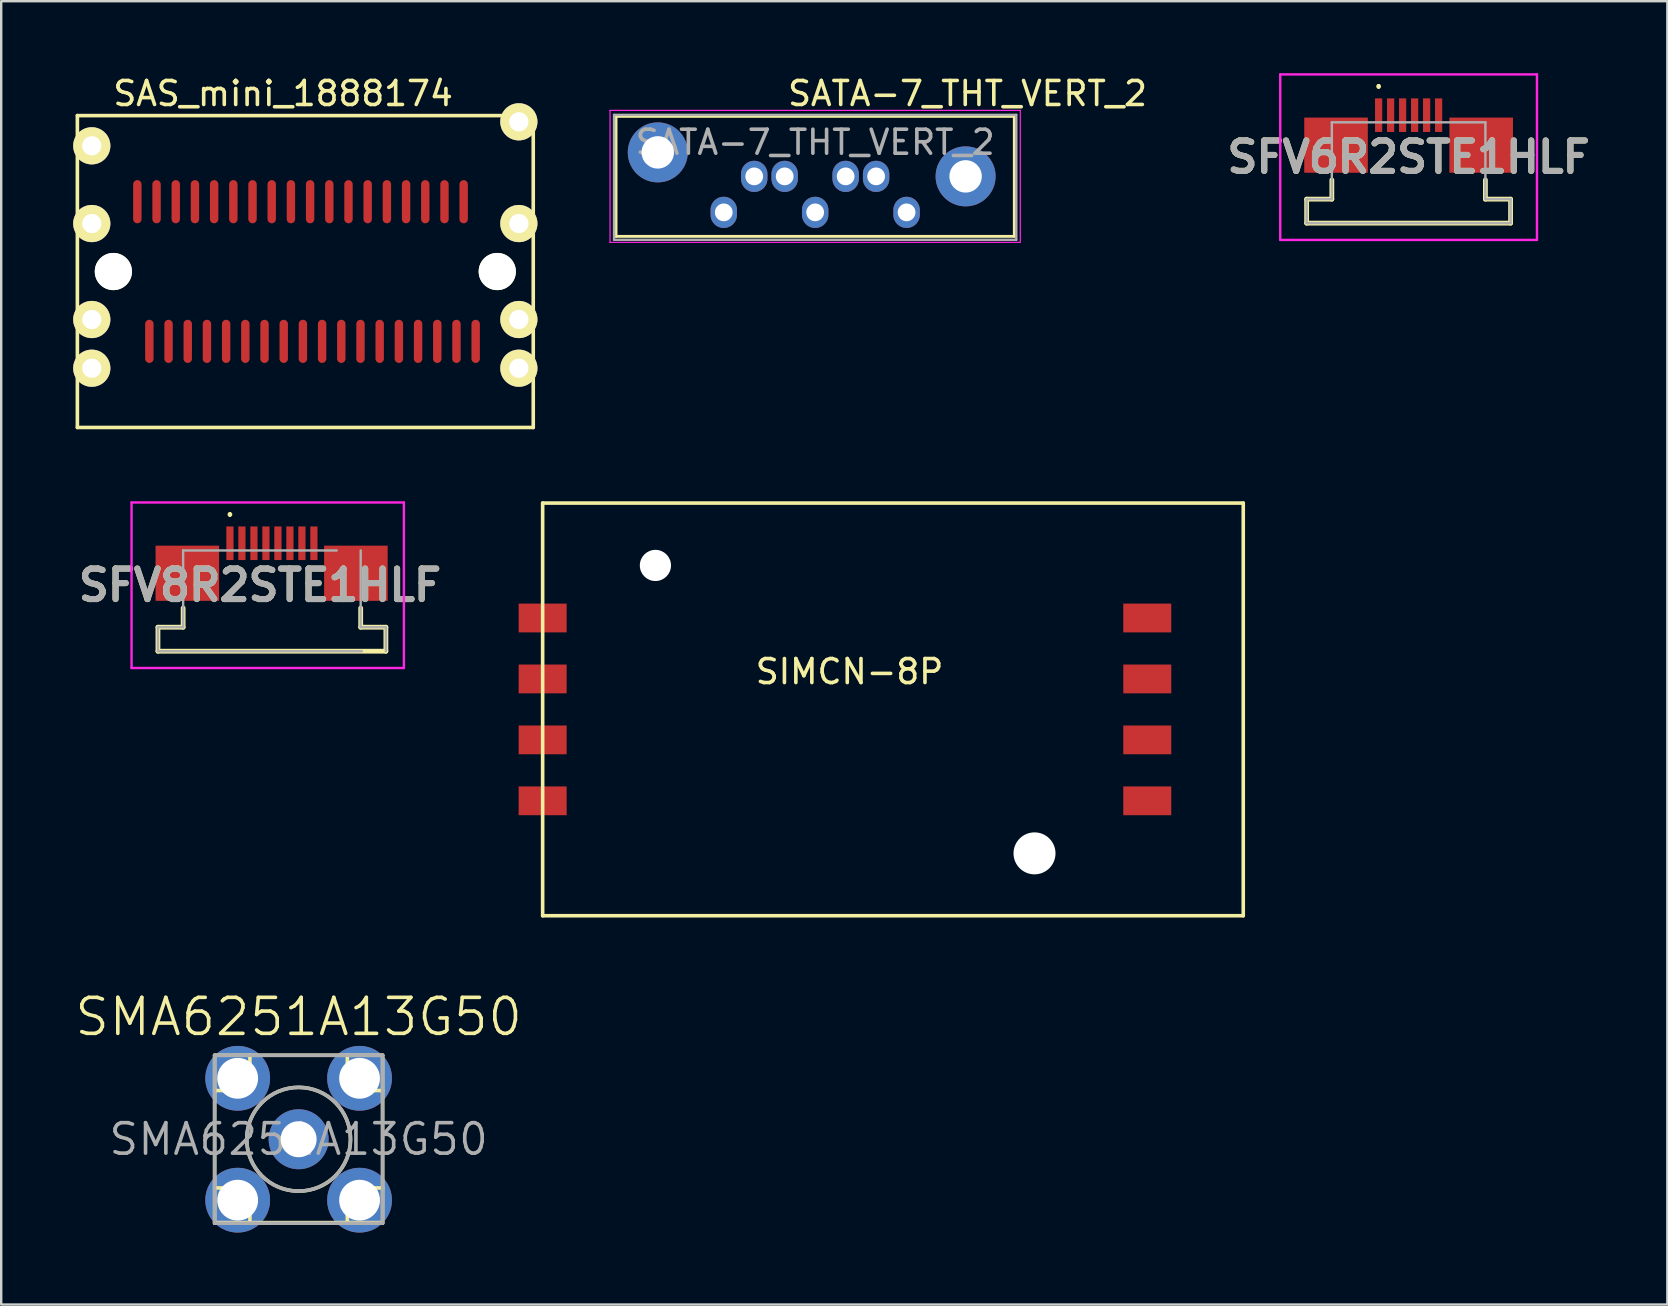
<source format=kicad_pcb>
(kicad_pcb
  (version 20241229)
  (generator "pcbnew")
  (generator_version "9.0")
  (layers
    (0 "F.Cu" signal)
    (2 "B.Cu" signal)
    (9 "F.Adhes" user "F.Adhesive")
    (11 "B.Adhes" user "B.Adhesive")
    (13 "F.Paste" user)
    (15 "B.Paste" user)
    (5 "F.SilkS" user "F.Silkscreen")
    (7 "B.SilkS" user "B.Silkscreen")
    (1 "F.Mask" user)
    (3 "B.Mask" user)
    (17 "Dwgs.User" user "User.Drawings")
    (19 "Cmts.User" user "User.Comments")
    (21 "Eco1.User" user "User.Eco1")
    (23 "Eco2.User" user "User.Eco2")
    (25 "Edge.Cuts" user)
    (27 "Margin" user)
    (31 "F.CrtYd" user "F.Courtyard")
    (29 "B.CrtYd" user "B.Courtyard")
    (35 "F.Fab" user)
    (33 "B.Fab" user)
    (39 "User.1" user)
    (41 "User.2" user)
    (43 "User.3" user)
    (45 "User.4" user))
  (footprint "SATA-7_THT_VERT_2"
    (layer "F.Cu")
    (at 34.735 5.801)
    (property "Reference" "SATA-7_THT_VERT_2" (at 2.54 -4.953 0) (layer "F.SilkS") (effects (font (size 1 1) (thickness 0.15))))
    (attr through_hole)
    (fp_line (start -12.11 -4) (end 4.49 -4) (stroke (width 0.12) (type solid)) (layer "F.SilkS"))
    (fp_line (start -12.11 1) (end -12.11 -4) (stroke (width 0.12) (type solid)) (layer "F.SilkS"))
    (fp_line (start 4.49 -4) (end 4.49 1) (stroke (width 0.12) (type solid)) (layer "F.SilkS"))
    (fp_line (start 4.49 1) (end -12.11 1) (stroke (width 0.12) (type solid)) (layer "F.SilkS"))
    (fp_line (start -12.36 -4.25) (end -12.36 1.25) (stroke (width 0.05) (type solid)) (layer "F.CrtYd"))
    (fp_line (start -12.36 -4.25) (end 4.74 -4.25) (stroke (width 0.05) (type solid)) (layer "F.CrtYd"))
    (fp_line (start 4.74 1.25) (end -12.36 1.25) (stroke (width 0.05) (type solid)) (layer "F.CrtYd"))
    (fp_line (start 4.74 1.25) (end 4.74 -4.25) (stroke (width 0.05) (type solid)) (layer "F.CrtYd"))
    (fp_line (start -12.192 -4.064) (end -12.192 1.143) (stroke (width 0.1) (type solid)) (layer "F.Fab"))
    (fp_line (start -12.192 1.143) (end 4.572 1.143) (stroke (width 0.1) (type solid)) (layer "F.Fab"))
    (fp_line (start 4.572 -4.064) (end -12.192 -4.064) (stroke (width 0.1) (type solid)) (layer "F.Fab"))
    (fp_line (start 4.572 1.143) (end 4.572 -4.064) (stroke (width 0.1) (type solid)) (layer "F.Fab"))
    (fp_text user "${REFERENCE}" (at -3.81 -2.921 0) (layer "F.Fab") (effects (font (size 1 1) (thickness 0.15))))
    (pad "1" thru_hole oval (at 0 0) (size 1.1 1.3) (drill 0.74) (layers "*.Cu" "*.Mask"))
    (pad "2" thru_hole oval (at -1.27 -1.5) (size 1.1 1.3) (drill 0.74) (layers "*.Cu" "*.Mask"))
    (pad "3" thru_hole oval (at -2.54 -1.5) (size 1.1 1.3) (drill 0.74) (layers "*.Cu" "*.Mask"))
    (pad "4" thru_hole oval (at -3.81 0) (size 1.1 1.3) (drill 0.74) (layers "*.Cu" "*.Mask"))
    (pad "5" thru_hole oval (at -5.08 -1.5) (size 1.1 1.3) (drill 0.74) (layers "*.Cu" "*.Mask"))
    (pad "6" thru_hole oval (at -6.35 -1.5) (size 1.1 1.3) (drill 0.74) (layers "*.Cu" "*.Mask"))
    (pad "7" thru_hole oval (at -7.62 0) (size 1.1 1.3) (drill 0.74) (layers "*.Cu" "*.Mask"))
    (pad "8" thru_hole circle (at -10.37 -2.5) (size 2.5 2.5) (drill 1.35) (layers "*.Cu" "*.Mask"))
    (pad "9" thru_hole circle (at 2.46 -1.5) (size 2.5 2.5) (drill 1.35) (layers "*.Cu" "*.Mask")))
  (footprint "SFV8R2STE1HLF"
    (layer "F.Cu")
    (at 7.783 21.342)
    (property "Reference" "SFV8R2STE1HLF" (at 0 0 0) (layer "F.SilkS") (effects (font (size 1.27 1.27) (thickness 0.254))))
    (attr smd)
    (fp_line (start -4.25 1.75) (end -4.25 2.75) (stroke (width 0.2) (type solid)) (layer "F.SilkS"))
    (fp_line (start -4.25 2.75) (end 5.25 2.75) (stroke (width 0.2) (type solid)) (layer "F.SilkS"))
    (fp_line (start -3.2 0.95) (end -3.2 1.75) (stroke (width 0.2) (type solid)) (layer "F.SilkS"))
    (fp_line (start -3.2 1.75) (end -4.25 1.75) (stroke (width 0.2) (type solid)) (layer "F.SilkS"))
    (fp_line (start -1.25 -3) (end -1.25 -3) (stroke (width 0.1) (type solid)) (layer "F.SilkS"))
    (fp_line (start -1.25 -2.9) (end -1.25 -2.9) (stroke (width 0.1) (type solid)) (layer "F.SilkS"))
    (fp_line (start 4.2 1.75) (end 4.2 0.95) (stroke (width 0.2) (type solid)) (layer "F.SilkS"))
    (fp_line (start 5.25 1.75) (end 4.2 1.75) (stroke (width 0.2) (type solid)) (layer "F.SilkS"))
    (fp_line (start 5.25 2.75) (end 5.25 1.75) (stroke (width 0.2) (type solid)) (layer "F.SilkS"))
    (fp_arc (start -1.25 -3) (mid -1.2 -2.95) (end -1.25 -2.9) (stroke (width 0.1) (type solid)) (layer "F.SilkS"))
    (fp_arc (start -1.25 -2.9) (mid -1.3 -2.95) (end -1.25 -3) (stroke (width 0.1) (type solid)) (layer "F.SilkS"))
    (fp_line (start -5.35 -3.45) (end 6 -3.45) (stroke (width 0.1) (type solid)) (layer "F.CrtYd"))
    (fp_line (start -5.35 3.45) (end -5.35 -3.45) (stroke (width 0.1) (type solid)) (layer "F.CrtYd"))
    (fp_line (start 6 -3.45) (end 6 3.45) (stroke (width 0.1) (type solid)) (layer "F.CrtYd"))
    (fp_line (start 6 3.45) (end -5.35 3.45) (stroke (width 0.1) (type solid)) (layer "F.CrtYd"))
    (fp_line (start -4.25 1.75) (end -3.2 1.75) (stroke (width 0.1) (type solid)) (layer "F.Fab"))
    (fp_line (start -4.25 2.75) (end -4.25 1.75) (stroke (width 0.1) (type solid)) (layer "F.Fab"))
    (fp_line (start -3.2 -1.45) (end 3.2 -1.45) (stroke (width 0.1) (type solid)) (layer "F.Fab"))
    (fp_line (start -3.2 1.75) (end -3.2 -1.45) (stroke (width 0.1) (type solid)) (layer "F.Fab"))
    (fp_line (start 4.2 -1.45) (end 4.2 1.75) (stroke (width 0.1) (type solid)) (layer "F.Fab"))
    (fp_line (start 4.2 1.75) (end 5.25 1.75) (stroke (width 0.1) (type solid)) (layer "F.Fab"))
    (fp_line (start 4.25 2.75) (end -4.25 2.75) (stroke (width 0.1) (type solid)) (layer "F.Fab"))
    (fp_line (start 5.25 1.75) (end 5.25 2.75) (stroke (width 0.1) (type solid)) (layer "F.Fab"))
    (fp_text user "${REFERENCE}" (at 0 0 0) (layer "F.Fab") (effects (font (size 1.27 1.27) (thickness 0.254))))
    (pad "1" smd rect (at -1.25 -1.75) (size 0.3 1.4) (layers "F.Cu" "F.Mask" "F.Paste"))
    (pad "2" smd rect (at -0.75 -1.75) (size 0.3 1.4) (layers "F.Cu" "F.Mask" "F.Paste"))
    (pad "3" smd rect (at -0.25 -1.75) (size 0.3 1.4) (layers "F.Cu" "F.Mask" "F.Paste"))
    (pad "4" smd rect (at 0.25 -1.75) (size 0.3 1.4) (layers "F.Cu" "F.Mask" "F.Paste"))
    (pad "5" smd rect (at 0.75 -1.75) (size 0.3 1.4) (layers "F.Cu" "F.Mask" "F.Paste"))
    (pad "6" smd rect (at 1.25 -1.75) (size 0.3 1.4) (layers "F.Cu" "F.Mask" "F.Paste"))
    (pad "7" smd rect (at 1.75 -1.75) (size 0.3 1.4) (layers "F.Cu" "F.Mask" "F.Paste"))
    (pad "8" smd rect (at 2.25 -1.75) (size 0.3 1.4) (layers "F.Cu" "F.Mask" "F.Paste"))
    (pad "MP1" smd rect (at -3.025 -0.5 90) (size 2.3 2.65) (layers "F.Cu" "F.Mask" "F.Paste"))
    (pad "MP2" smd rect (at 4 -0.5 90) (size 2.3 2.65) (layers "F.Cu" "F.Mask" "F.Paste")))
  (footprint "SFV6R2STE1HLF"
    (layer "F.Cu")
    (at 55.659 3.5)
    (property "Reference" "SFV6R2STE1HLF" (at 0 0 0) (layer "F.SilkS") (effects (font (size 1.27 1.27) (thickness 0.254))))
    (attr smd)
    (fp_line (start -4.25 1.75) (end -4.25 2.75) (stroke (width 0.2) (type solid)) (layer "F.SilkS"))
    (fp_line (start -4.25 2.75) (end 4.25 2.75) (stroke (width 0.2) (type solid)) (layer "F.SilkS"))
    (fp_line (start -3.2 0.95) (end -3.2 1.75) (stroke (width 0.2) (type solid)) (layer "F.SilkS"))
    (fp_line (start -3.2 1.75) (end -4.25 1.75) (stroke (width 0.2) (type solid)) (layer "F.SilkS"))
    (fp_line (start -1.25 -3) (end -1.25 -3) (stroke (width 0.1) (type solid)) (layer "F.SilkS"))
    (fp_line (start -1.25 -2.9) (end -1.25 -2.9) (stroke (width 0.1) (type solid)) (layer "F.SilkS"))
    (fp_line (start 3.2 1.75) (end 3.2 0.95) (stroke (width 0.2) (type solid)) (layer "F.SilkS"))
    (fp_line (start 4.25 1.75) (end 3.2 1.75) (stroke (width 0.2) (type solid)) (layer "F.SilkS"))
    (fp_line (start 4.25 2.75) (end 4.25 1.75) (stroke (width 0.2) (type solid)) (layer "F.SilkS"))
    (fp_arc (start -1.25 -3) (mid -1.2 -2.95) (end -1.25 -2.9) (stroke (width 0.1) (type solid)) (layer "F.SilkS"))
    (fp_arc (start -1.25 -2.9) (mid -1.3 -2.95) (end -1.25 -3) (stroke (width 0.1) (type solid)) (layer "F.SilkS"))
    (fp_line (start -5.35 -3.45) (end 5.35 -3.45) (stroke (width 0.1) (type solid)) (layer "F.CrtYd"))
    (fp_line (start -5.35 3.45) (end -5.35 -3.45) (stroke (width 0.1) (type solid)) (layer "F.CrtYd"))
    (fp_line (start 5.35 -3.45) (end 5.35 3.45) (stroke (width 0.1) (type solid)) (layer "F.CrtYd"))
    (fp_line (start 5.35 3.45) (end -5.35 3.45) (stroke (width 0.1) (type solid)) (layer "F.CrtYd"))
    (fp_line (start -4.25 1.75) (end -3.2 1.75) (stroke (width 0.1) (type solid)) (layer "F.Fab"))
    (fp_line (start -4.25 2.75) (end -4.25 1.75) (stroke (width 0.1) (type solid)) (layer "F.Fab"))
    (fp_line (start -3.2 -1.45) (end 3.2 -1.45) (stroke (width 0.1) (type solid)) (layer "F.Fab"))
    (fp_line (start -3.2 1.75) (end -3.2 -1.45) (stroke (width 0.1) (type solid)) (layer "F.Fab"))
    (fp_line (start 3.2 -1.45) (end 3.2 1.75) (stroke (width 0.1) (type solid)) (layer "F.Fab"))
    (fp_line (start 3.2 1.75) (end 4.25 1.75) (stroke (width 0.1) (type solid)) (layer "F.Fab"))
    (fp_line (start 4.25 1.75) (end 4.25 2.75) (stroke (width 0.1) (type solid)) (layer "F.Fab"))
    (fp_line (start 4.25 2.75) (end -4.25 2.75) (stroke (width 0.1) (type solid)) (layer "F.Fab"))
    (fp_text user "${REFERENCE}" (at 0 0 0) (layer "F.Fab") (effects (font (size 1.27 1.27) (thickness 0.254))))
    (pad "1" smd rect (at -1.25 -1.75) (size 0.3 1.4) (layers "F.Cu" "F.Mask" "F.Paste"))
    (pad "2" smd rect (at -0.75 -1.75) (size 0.3 1.4) (layers "F.Cu" "F.Mask" "F.Paste"))
    (pad "3" smd rect (at -0.25 -1.75) (size 0.3 1.4) (layers "F.Cu" "F.Mask" "F.Paste"))
    (pad "4" smd rect (at 0.25 -1.75) (size 0.3 1.4) (layers "F.Cu" "F.Mask" "F.Paste"))
    (pad "5" smd rect (at 0.75 -1.75) (size 0.3 1.4) (layers "F.Cu" "F.Mask" "F.Paste"))
    (pad "6" smd rect (at 1.25 -1.75) (size 0.3 1.4) (layers "F.Cu" "F.Mask" "F.Paste"))
    (pad "MP1" smd rect (at -3.025 -0.5 90) (size 2.3 2.65) (layers "F.Cu" "F.Mask" "F.Paste"))
    (pad "MP2" smd rect (at 3.025 -0.5 90) (size 2.3 2.65) (layers "F.Cu" "F.Mask" "F.Paste")))
  (footprint "SMA6251A13G50"
    (layer "F.Cu")
    (at 9.396 44.432)
    (property "Reference" "SMA6251A13G50" (at 0 -5.1 0) (layer "F.SilkS") (effects (font (size 1.5 1.5) (thickness 0.15))))
    (attr through_hole)
    (fp_line (start -3.5 -3.5) (end -3.5 3.5) (stroke (width 0.15) (type solid)) (layer "F.SilkS"))
    (fp_line (start -3.5 2.03) (end -2.03 2.03) (stroke (width 0.15) (type solid)) (layer "F.SilkS"))
    (fp_line (start -3.5 3.475) (end 3.5 3.475) (stroke (width 0.15) (type solid)) (layer "F.SilkS"))
    (fp_line (start -3.05 -3.05) (end -3.05 -2.03) (stroke (width 0.15) (type solid)) (layer "F.SilkS"))
    (fp_line (start -3.05 3.05) (end -3.05 2.03) (stroke (width 0.15) (type solid)) (layer "F.SilkS"))
    (fp_line (start -2.03 -3.5) (end -2.03 -2.03) (stroke (width 0.15) (type solid)) (layer "F.SilkS"))
    (fp_line (start -2.03 -3.05) (end -3.05 -3.05) (stroke (width 0.15) (type solid)) (layer "F.SilkS"))
    (fp_line (start -2.03 -2.03) (end -3.5 -2.03) (stroke (width 0.15) (type solid)) (layer "F.SilkS"))
    (fp_line (start -2.03 2.03) (end -2.03 3.5) (stroke (width 0.15) (type solid)) (layer "F.SilkS"))
    (fp_line (start -2.03 3.05) (end -3.05 3.05) (stroke (width 0.15) (type solid)) (layer "F.SilkS"))
    (fp_line (start 2.03 -3.5) (end 2.03 -2.03) (stroke (width 0.15) (type solid)) (layer "F.SilkS"))
    (fp_line (start 2.03 -2.03) (end 3.5 -2.03) (stroke (width 0.15) (type solid)) (layer "F.SilkS"))
    (fp_line (start 2.03 2.03) (end 3.5 2.03) (stroke (width 0.15) (type solid)) (layer "F.SilkS"))
    (fp_line (start 2.03 3.05) (end 3.05 3.05) (stroke (width 0.15) (type solid)) (layer "F.SilkS"))
    (fp_line (start 2.03 3.5) (end 2.03 2.03) (stroke (width 0.15) (type solid)) (layer "F.SilkS"))
    (fp_line (start 3.05 -3.05) (end 2.03 -3.05) (stroke (width 0.15) (type solid)) (layer "F.SilkS"))
    (fp_line (start 3.05 -3.05) (end 3.05 -2.03) (stroke (width 0.15) (type solid)) (layer "F.SilkS"))
    (fp_line (start 3.05 3.05) (end 3.05 2.03) (stroke (width 0.15) (type solid)) (layer "F.SilkS"))
    (fp_line (start 3.5 -3.5) (end -3.5 -3.5) (stroke (width 0.15) (type solid)) (layer "F.SilkS"))
    (fp_line (start 3.5 3.5) (end 3.5 -3.5) (stroke (width 0.15) (type solid)) (layer "F.SilkS"))
    (fp_circle (center 0 0) (end -0.11 -2.16) (stroke (width 0.15) (type solid)) (fill no) (layer "F.SilkS"))
    (fp_line (start -3.5 -3.5) (end -3.5 3.5) (stroke (width 0.15) (type solid)) (layer "F.Fab"))
    (fp_line (start -3.5 3.5) (end 3.5 3.5) (stroke (width 0.15) (type solid)) (layer "F.Fab"))
    (fp_line (start 3.5 -3.5) (end -3.5 -3.5) (stroke (width 0.15) (type solid)) (layer "F.Fab"))
    (fp_line (start 3.5 3.5) (end 3.5 -3.5) (stroke (width 0.15) (type solid)) (layer "F.Fab"))
    (fp_circle (center 0 0) (end 2.163 0) (stroke (width 0.15) (type solid)) (fill no) (layer "F.Fab"))
    (fp_text user "${REFERENCE}" (at 0 0 0) (layer "F.Fab") (effects (font (size 1.27 1.27) (thickness 0.15))))
    (pad "1" thru_hole circle (at 0 0 180) (size 2.5 2.5) (drill 1.5) (layers "*.Cu" "*.Mask"))
    (pad "2" thru_hole circle (at -2.54 -2.54 180) (size 2.7 2.7) (drill 1.7) (layers "*.Cu" "*.Mask"))
    (pad "2" thru_hole circle (at -2.54 2.54 180) (size 2.7 2.7) (drill 1.7) (layers "*.Cu" "*.Mask"))
    (pad "2" thru_hole circle (at 2.54 -2.54 180) (size 2.7 2.7) (drill 1.7) (layers "*.Cu" "*.Mask"))
    (pad "2" thru_hole circle (at 2.54 2.54 180) (size 2.7 2.7) (drill 1.7) (layers "*.Cu" "*.Mask")))
  (footprint "SAS_mini_1888174"
    (layer "F.Cu")
    (at 9.675 8.267)
    (property "Reference" "SAS_mini_1888174" (at -0.926 -7.418 0) (layer "F.SilkS") (effects (font (size 1 1) (thickness 0.15))))
    (attr through_hole)
    (fp_line (start -9.5 -6.5) (end -9.5 6.5) (stroke (width 0.15) (type solid)) (layer "F.SilkS"))
    (fp_line (start -9.5 6.5) (end 9.5 6.5) (stroke (width 0.15) (type solid)) (layer "F.SilkS"))
    (fp_line (start 9.5 -6.5) (end -9.5 -6.5) (stroke (width 0.15) (type solid)) (layer "F.SilkS"))
    (fp_line (start 9.5 6.5) (end 9.5 -6.5) (stroke (width 0.15) (type solid)) (layer "F.SilkS"))
    (pad "" np_thru_hole circle (at -8 0) (size 1.55 1.55) (drill 1.55) (layers "*.Mask" "B.Cu" "F.SilkS"))
    (pad "" np_thru_hole circle (at 8 0) (size 1.55 1.55) (drill 1.55) (layers "*.Mask" "B.Cu" "F.SilkS"))
    (pad "1" thru_hole circle (at -8.9 -5.24) (size 1.55 1.55) (drill 0.8) (layers "*.Cu" "*.Mask" "F.SilkS"))
    (pad "2" thru_hole circle (at -8.9 -2) (size 1.55 1.55) (drill 0.8) (layers "*.Cu" "*.Mask" "F.SilkS"))
    (pad "3" thru_hole circle (at -8.9 2) (size 1.55 1.55) (drill 0.8) (layers "*.Cu" "*.Mask" "F.SilkS"))
    (pad "4" thru_hole circle (at -8.9 4.03) (size 1.55 1.55) (drill 0.8) (layers "*.Cu" "*.Mask" "F.SilkS"))
    (pad "5" thru_hole circle (at 8.9 -6.24) (size 1.55 1.55) (drill 0.8) (layers "*.Cu" "*.Mask" "F.SilkS"))
    (pad "6" thru_hole circle (at 8.9 -2) (size 1.55 1.55) (drill 0.8) (layers "*.Cu" "*.Mask" "F.SilkS"))
    (pad "7" thru_hole circle (at 8.9 2) (size 1.55 1.55) (drill 0.8) (layers "*.Cu" "*.Mask" "F.SilkS"))
    (pad "8" thru_hole circle (at 8.9 4.03) (size 1.55 1.55) (drill 0.8) (layers "*.Cu" "*.Mask" "F.SilkS"))
    (pad "A1" smd oval (at -6.5 2.91) (size 0.35 1.8) (layers "F.Cu" "F.Mask" "F.Paste"))
    (pad "A2" smd oval (at -5.7 2.91) (size 0.35 1.8) (layers "F.Cu" "F.Mask" "F.Paste"))
    (pad "A3" smd oval (at -4.9 2.91) (size 0.35 1.8) (layers "F.Cu" "F.Mask" "F.Paste"))
    (pad "A4" smd oval (at -4.1 2.91) (size 0.35 1.8) (layers "F.Cu" "F.Mask" "F.Paste"))
    (pad "A5" smd oval (at -3.3 2.91) (size 0.35 1.8) (layers "F.Cu" "F.Mask" "F.Paste"))
    (pad "A6" smd oval (at -2.5 2.91) (size 0.35 1.8) (layers "F.Cu" "F.Mask" "F.Paste"))
    (pad "A7" smd oval (at -1.7 2.91) (size 0.35 1.8) (layers "F.Cu" "F.Mask" "F.Paste"))
    (pad "A8" smd oval (at -0.9 2.91) (size 0.35 1.8) (layers "F.Cu" "F.Mask" "F.Paste"))
    (pad "A9" smd oval (at -0.1 2.91) (size 0.35 1.8) (layers "F.Cu" "F.Mask" "F.Paste"))
    (pad "A10" smd oval (at 0.7 2.91) (size 0.35 1.8) (layers "F.Cu" "F.Mask" "F.Paste"))
    (pad "A11" smd oval (at 1.5 2.91) (size 0.35 1.8) (layers "F.Cu" "F.Mask" "F.Paste"))
    (pad "A12" smd oval (at 2.3 2.91) (size 0.35 1.8) (layers "F.Cu" "F.Mask" "F.Paste"))
    (pad "A13" smd oval (at 3.1 2.91) (size 0.35 1.8) (layers "F.Cu" "F.Mask" "F.Paste"))
    (pad "A14" smd oval (at 3.9 2.91) (size 0.35 1.8) (layers "F.Cu" "F.Mask" "F.Paste"))
    (pad "A15" smd oval (at 4.7 2.91) (size 0.35 1.8) (layers "F.Cu" "F.Mask" "F.Paste"))
    (pad "A16" smd oval (at 5.5 2.91) (size 0.35 1.8) (layers "F.Cu" "F.Mask" "F.Paste"))
    (pad "A17" smd oval (at 6.3 2.91) (size 0.35 1.8) (layers "F.Cu" "F.Mask" "F.Paste"))
    (pad "A18" smd oval (at 7.1 2.91) (size 0.35 1.8) (layers "F.Cu" "F.Mask" "F.Paste"))
    (pad "B1" smd oval (at -7 -2.91) (size 0.35 1.8) (layers "F.Cu" "F.Mask" "F.Paste"))
    (pad "B2" smd oval (at -6.2 -2.91) (size 0.35 1.8) (layers "F.Cu" "F.Mask" "F.Paste"))
    (pad "B3" smd oval (at -5.4 -2.91) (size 0.35 1.8) (layers "F.Cu" "F.Mask" "F.Paste"))
    (pad "B4" smd oval (at -4.6 -2.91) (size 0.35 1.8) (layers "F.Cu" "F.Mask" "F.Paste"))
    (pad "B5" smd oval (at -3.8 -2.91) (size 0.35 1.8) (layers "F.Cu" "F.Mask" "F.Paste"))
    (pad "B6" smd oval (at -3 -2.91) (size 0.35 1.8) (layers "F.Cu" "F.Mask" "F.Paste"))
    (pad "B7" smd oval (at -2.2 -2.91) (size 0.35 1.8) (layers "F.Cu" "F.Mask" "F.Paste"))
    (pad "B8" smd oval (at -1.4 -2.91) (size 0.35 1.8) (layers "F.Cu" "F.Mask" "F.Paste"))
    (pad "B9" smd oval (at -0.6 -2.91) (size 0.35 1.8) (layers "F.Cu" "F.Mask" "F.Paste"))
    (pad "B10" smd oval (at 0.2 -2.91) (size 0.35 1.8) (layers "F.Cu" "F.Mask" "F.Paste"))
    (pad "B11" smd oval (at 1 -2.91) (size 0.35 1.8) (layers "F.Cu" "F.Mask" "F.Paste"))
    (pad "B12" smd oval (at 1.8 -2.91) (size 0.35 1.8) (layers "F.Cu" "F.Mask" "F.Paste"))
    (pad "B13" smd oval (at 2.6 -2.91) (size 0.35 1.8) (layers "F.Cu" "F.Mask" "F.Paste"))
    (pad "B14" smd oval (at 3.4 -2.91) (size 0.35 1.8) (layers "F.Cu" "F.Mask" "F.Paste"))
    (pad "B15" smd oval (at 4.2 -2.91) (size 0.35 1.8) (layers "F.Cu" "F.Mask" "F.Paste"))
    (pad "B16" smd oval (at 5 -2.91) (size 0.35 1.8) (layers "F.Cu" "F.Mask" "F.Paste"))
    (pad "B17" smd oval (at 5.8 -2.91) (size 0.35 1.8) (layers "F.Cu" "F.Mask" "F.Paste"))
    (pad "B18" smd oval (at 6.6 -2.91) (size 0.35 1.8) (layers "F.Cu" "F.Mask" "F.Paste")))
  (footprint "SIMCN-8P"
    (layer "F.Cu")
    (at 32.167 26.517)
    (property "Reference" "SIMCN-8P" (at 0.191 -1.575 0) (layer "F.SilkS") (effects (font (size 1 1) (thickness 0.15))))
    (attr through_hole)
    (fp_line (start -12.6 -8.6) (end -12.6 8.6) (stroke (width 0.15) (type solid)) (layer "F.SilkS"))
    (fp_line (start -12.6 8.6) (end 16.6 8.6) (stroke (width 0.15) (type solid)) (layer "F.SilkS"))
    (fp_line (start 16.6 -8.6) (end -12.6 -8.6) (stroke (width 0.15) (type solid)) (layer "F.SilkS"))
    (fp_line (start 16.6 8.6) (end 16.6 -8.6) (stroke (width 0.15) (type solid)) (layer "F.SilkS"))
    (pad "" np_thru_hole circle (at -7.9 -6) (size 1.3 1.3) (drill 1.3) (layers "*.Cu" "*.Mask"))
    (pad "" np_thru_hole circle (at 7.9 6) (size 1.75 1.75) (drill 1.75) (layers "*.Cu" "*.Mask"))
    (pad "1" smd trapezoid (at -12.6 3.81) (size 2 1.2) (layers "F.Cu" "F.Mask" "F.Paste"))
    (pad "2" smd trapezoid (at -12.6 1.27) (size 2 1.2) (layers "F.Cu" "F.Mask" "F.Paste"))
    (pad "3" smd trapezoid (at -12.6 -1.27) (size 2 1.2) (layers "F.Cu" "F.Mask" "F.Paste"))
    (pad "4" smd trapezoid (at -12.6 -3.81) (size 2 1.2) (layers "F.Cu" "F.Mask" "F.Paste"))
    (pad "5" smd trapezoid (at 12.6 3.81) (size 2 1.2) (layers "F.Cu" "F.Mask" "F.Paste"))
    (pad "6" smd trapezoid (at 12.6 1.27) (size 2 1.2) (layers "F.Cu" "F.Mask" "F.Paste"))
    (pad "7" smd trapezoid (at 12.6 -1.27) (size 2 1.2) (layers "F.Cu" "F.Mask" "F.Paste"))
    (pad "8" smd trapezoid (at 12.6 -3.81) (size 2 1.2) (layers "F.Cu" "F.Mask" "F.Paste")))
  (gr_rect
    (start -3 -3)
    (end 66.443 51.322)
    (stroke (width 0.1) (type default))
    (fill no)
    (layer "Edge.Cuts")))
</source>
